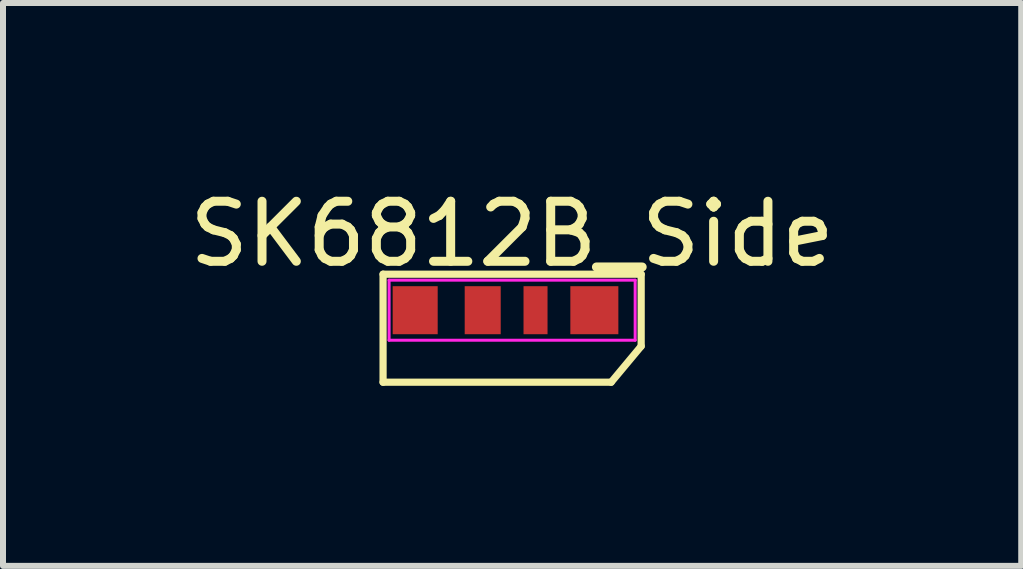
<source format=kicad_pcb>
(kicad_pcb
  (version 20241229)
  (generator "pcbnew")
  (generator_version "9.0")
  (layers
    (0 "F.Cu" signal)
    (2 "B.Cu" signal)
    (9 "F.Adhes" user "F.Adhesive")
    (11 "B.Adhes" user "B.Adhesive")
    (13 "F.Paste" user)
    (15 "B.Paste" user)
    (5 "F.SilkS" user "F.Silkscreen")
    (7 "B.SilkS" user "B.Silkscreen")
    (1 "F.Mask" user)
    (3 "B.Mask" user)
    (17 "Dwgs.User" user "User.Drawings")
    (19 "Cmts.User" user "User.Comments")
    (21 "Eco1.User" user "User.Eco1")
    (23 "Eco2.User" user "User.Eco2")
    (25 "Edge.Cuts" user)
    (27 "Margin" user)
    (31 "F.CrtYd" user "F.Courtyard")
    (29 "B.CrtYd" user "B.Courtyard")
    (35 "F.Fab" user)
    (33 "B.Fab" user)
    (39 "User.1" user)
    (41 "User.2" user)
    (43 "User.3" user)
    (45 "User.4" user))
  (footprint "SK6812B_Side"
    (layer "F.Cu")
    (at 5.482 2.118)
    (property "Reference" "SK6812B_Side" (at 0 -1.27 0) (layer "F.SilkS") (effects (font (size 1 1) (thickness 0.15))))
    (attr through_hole)
    (fp_line (start -2.15 -0.6) (end 2.15 -0.6) (stroke (width 0.12) (type solid)) (layer "F.SilkS"))
    (fp_line (start -2.15 1.2) (end -2.15 -0.6) (stroke (width 0.12) (type solid)) (layer "F.SilkS"))
    (fp_line (start 1.65 1.2) (end -2.15 1.2) (stroke (width 0.12) (type solid)) (layer "F.SilkS"))
    (fp_line (start 1.65 1.2) (end 2.15 0.6) (stroke (width 0.12) (type solid)) (layer "F.SilkS"))
    (fp_line (start 2.15 -0.6) (end 2.15 0.6) (stroke (width 0.12) (type solid)) (layer "F.SilkS"))
    (fp_line (start -2.05 -0.5) (end 2.05 -0.5) (stroke (width 0.05) (type solid)) (layer "F.CrtYd"))
    (fp_line (start -2.05 0.5) (end -2.05 -0.5) (stroke (width 0.05) (type solid)) (layer "F.CrtYd"))
    (fp_line (start 2.05 -0.5) (end 2.05 0.5) (stroke (width 0.05) (type solid)) (layer "F.CrtYd"))
    (fp_line (start 2.05 0.5) (end -2.05 0.5) (stroke (width 0.05) (type solid)) (layer "F.CrtYd"))
    (pad "1" smd rect (at -1.615 0) (size 0.75 0.8) (layers "F.Cu" "F.Mask" "F.Paste"))
    (pad "2" smd rect (at -0.49 0) (size 0.6 0.8) (layers "F.Cu" "F.Mask" "F.Paste"))
    (pad "3" smd rect (at 0.39 0) (size 0.4 0.8) (layers "F.Cu" "F.Mask" "F.Paste"))
    (pad "4" smd rect (at 1.37 0) (size 0.8 0.8) (layers "F.Cu" "F.Mask" "F.Paste")))
  (gr_rect
    (start -3 -3)
    (end 13.964 6.378)
    (stroke (width 0.1) (type default))
    (fill no)
    (layer "Edge.Cuts")))
</source>
